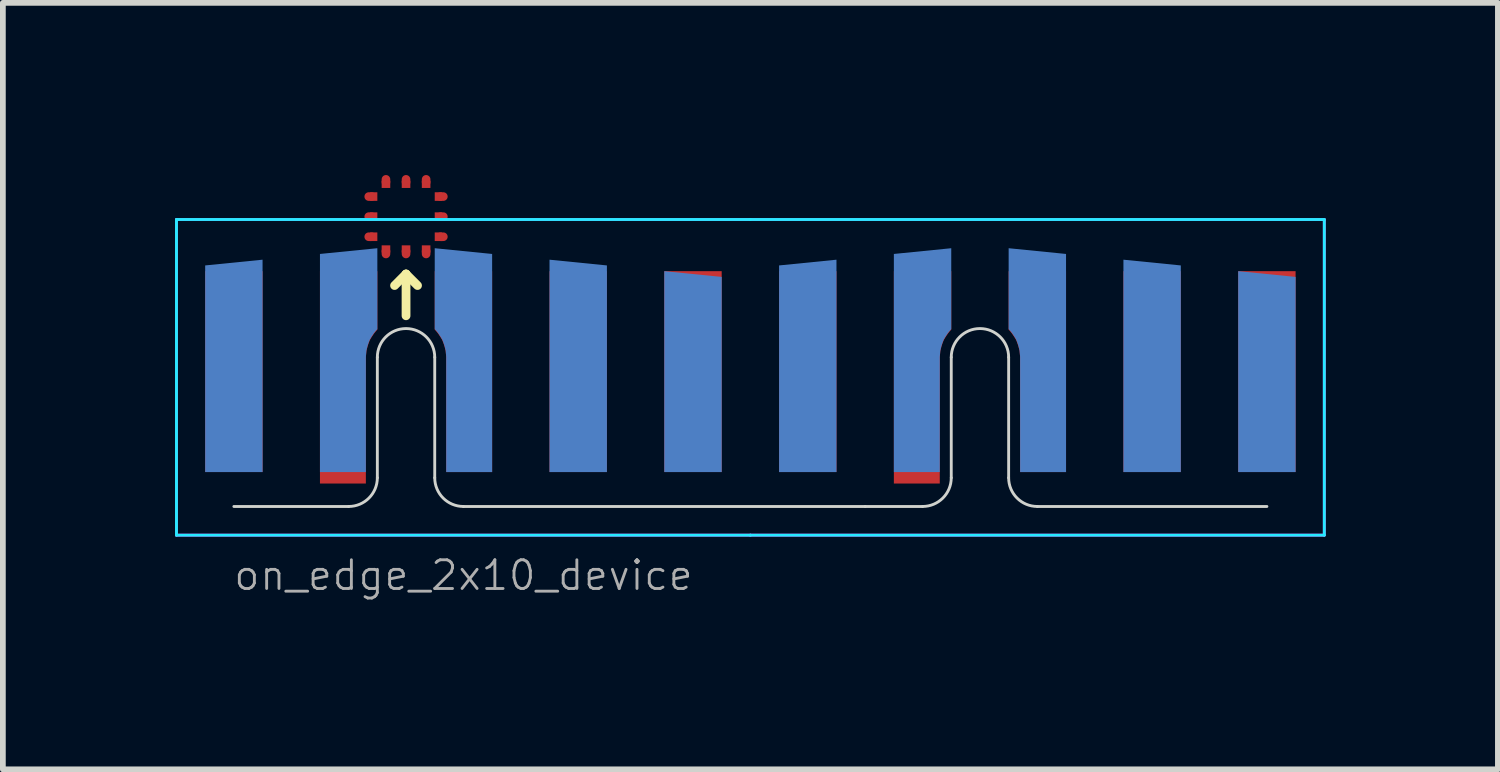
<source format=kicad_pcb>
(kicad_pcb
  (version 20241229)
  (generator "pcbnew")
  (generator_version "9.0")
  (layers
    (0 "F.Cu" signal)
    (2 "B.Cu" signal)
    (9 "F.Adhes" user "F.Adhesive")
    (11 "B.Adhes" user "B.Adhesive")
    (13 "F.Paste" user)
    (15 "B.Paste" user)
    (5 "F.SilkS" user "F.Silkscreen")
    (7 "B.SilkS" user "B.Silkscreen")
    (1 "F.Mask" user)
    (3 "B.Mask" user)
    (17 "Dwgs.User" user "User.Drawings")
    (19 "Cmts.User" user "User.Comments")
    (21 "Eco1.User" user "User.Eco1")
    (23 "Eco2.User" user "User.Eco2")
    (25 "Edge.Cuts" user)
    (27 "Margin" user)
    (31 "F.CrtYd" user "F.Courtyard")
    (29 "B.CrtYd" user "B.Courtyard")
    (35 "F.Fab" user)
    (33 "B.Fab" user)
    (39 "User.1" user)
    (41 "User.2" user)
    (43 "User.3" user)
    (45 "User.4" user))
  (footprint "on_edge_2x10_device"
    (layer "F.Cu")
    (at 5.025 5.775)
    (property "Reference" "on_edge_2x10_device" (at 0 1.2 0) (unlocked yes) (layer "F.Fab") (effects (font (size 0.5 0.5) (thickness 0.05))))
    (attr exclude_from_pos_files exclude_from_bom)
    (fp_line (start -1.6 -5.4) (end -1.65 -5.4) (stroke (width 0.15) (type solid)) (layer "F.Cu"))
    (fp_line (start -1.6 -5.05) (end -1.65 -5.05) (stroke (width 0.15) (type solid)) (layer "F.Cu"))
    (fp_line (start -1.6 -4.7) (end -1.65 -4.7) (stroke (width 0.15) (type solid)) (layer "F.Cu"))
    (fp_line (start -1.35 -5.65) (end -1.35 -5.7) (stroke (width 0.15) (type solid)) (layer "F.Cu"))
    (fp_line (start -1.35 -4.45) (end -1.35 -4.4) (stroke (width 0.15) (type solid)) (layer "F.Cu"))
    (fp_line (start -1 -5.65) (end -1 -5.7) (stroke (width 0.15) (type solid)) (layer "F.Cu"))
    (fp_line (start -1 -4.45) (end -1 -4.4) (stroke (width 0.15) (type solid)) (layer "F.Cu"))
    (fp_line (start -0.65 -5.65) (end -0.65 -5.7) (stroke (width 0.15) (type solid)) (layer "F.Cu"))
    (fp_line (start -0.65 -4.45) (end -0.65 -4.4) (stroke (width 0.15) (type solid)) (layer "F.Cu"))
    (fp_line (start -0.4 -5.4) (end -0.35 -5.4) (stroke (width 0.15) (type solid)) (layer "F.Cu"))
    (fp_line (start -0.4 -5.05) (end -0.35 -5.05) (stroke (width 0.15) (type solid)) (layer "F.Cu"))
    (fp_line (start -0.4 -4.7) (end -0.35 -4.7) (stroke (width 0.15) (type solid)) (layer "F.Cu"))
    (fp_poly (pts (xy -1.5 -5.475) (xy -1.5 -5.325) (xy -1.625 -5.325) (xy -1.625 -5.475)) (stroke (width 0) (type solid)) (fill yes) (layer "F.Cu"))
    (fp_poly (pts (xy -1.5 -5.125) (xy -1.5 -4.975) (xy -1.625 -4.975) (xy -1.625 -5.125)) (stroke (width 0) (type solid)) (fill yes) (layer "F.Cu"))
    (fp_poly (pts (xy -1.5 -4.775) (xy -1.5 -4.625) (xy -1.625 -4.625) (xy -1.625 -4.775)) (stroke (width 0) (type solid)) (fill yes) (layer "F.Cu"))
    (fp_poly (pts (xy -1.425 -4.55) (xy -1.275 -4.55) (xy -1.275 -4.425) (xy -1.425 -4.425)) (stroke (width 0) (type solid)) (fill yes) (layer "F.Cu"))
    (fp_poly (pts (xy -1.275 -5.55) (xy -1.425 -5.55) (xy -1.425 -5.675) (xy -1.275 -5.675)) (stroke (width 0) (type solid)) (fill yes) (layer "F.Cu"))
    (fp_poly (pts (xy -1.075 -4.55) (xy -0.925 -4.55) (xy -0.925 -4.425) (xy -1.075 -4.425)) (stroke (width 0) (type solid)) (fill yes) (layer "F.Cu"))
    (fp_poly (pts (xy -0.925 -5.55) (xy -1.075 -5.55) (xy -1.075 -5.675) (xy -0.925 -5.675)) (stroke (width 0) (type solid)) (fill yes) (layer "F.Cu"))
    (fp_poly (pts (xy -0.725 -4.55) (xy -0.575 -4.55) (xy -0.575 -4.425) (xy -0.725 -4.425)) (stroke (width 0) (type solid)) (fill yes) (layer "F.Cu"))
    (fp_poly (pts (xy -0.575 -5.55) (xy -0.725 -5.55) (xy -0.725 -5.675) (xy -0.575 -5.675)) (stroke (width 0) (type solid)) (fill yes) (layer "F.Cu"))
    (fp_poly (pts (xy -0.5 -5.325) (xy -0.5 -5.475) (xy -0.375 -5.475) (xy -0.375 -5.325)) (stroke (width 0) (type solid)) (fill yes) (layer "F.Cu"))
    (fp_poly (pts (xy -0.5 -4.975) (xy -0.5 -5.125) (xy -0.375 -5.125) (xy -0.375 -4.975)) (stroke (width 0) (type solid)) (fill yes) (layer "F.Cu"))
    (fp_poly (pts (xy -0.5 -4.625) (xy -0.5 -4.775) (xy -0.375 -4.775) (xy -0.375 -4.625)) (stroke (width 0) (type solid)) (fill yes) (layer "F.Cu"))
    (fp_line (start -1.5 -5.4) (end -1.65 -5.4) (stroke (width 0.15) (type solid)) (layer "F.Mask"))
    (fp_line (start -1.5 -5.05) (end -1.65 -5.05) (stroke (width 0.15) (type solid)) (layer "F.Mask"))
    (fp_line (start -1.5 -4.7) (end -1.65 -4.7) (stroke (width 0.15) (type solid)) (layer "F.Mask"))
    (fp_line (start -1.35 -5.55) (end -1.35 -5.7) (stroke (width 0.15) (type solid)) (layer "F.Mask"))
    (fp_line (start -1.35 -4.55) (end -1.35 -4.4) (stroke (width 0.15) (type solid)) (layer "F.Mask"))
    (fp_line (start -1 -5.55) (end -1 -5.7) (stroke (width 0.15) (type solid)) (layer "F.Mask"))
    (fp_line (start -1 -4.55) (end -1 -4.4) (stroke (width 0.15) (type solid)) (layer "F.Mask"))
    (fp_line (start -0.65 -5.55) (end -0.65 -5.7) (stroke (width 0.15) (type solid)) (layer "F.Mask"))
    (fp_line (start -0.65 -4.55) (end -0.65 -4.4) (stroke (width 0.15) (type solid)) (layer "F.Mask"))
    (fp_line (start -0.5 -5.4) (end -0.35 -5.4) (stroke (width 0.15) (type solid)) (layer "F.Mask"))
    (fp_line (start -0.5 -5.05) (end -0.35 -5.05) (stroke (width 0.15) (type solid)) (layer "F.Mask"))
    (fp_line (start -0.5 -4.7) (end -0.35 -4.7) (stroke (width 0.15) (type solid)) (layer "F.Mask"))
    (fp_poly (pts (xy -0.55 -4.6) (xy -1.45 -4.6) (xy -1.45 -5.5) (xy -0.55 -5.5)) (stroke (width 0.1) (type solid)) (fill yes) (layer "F.Mask"))
    (fp_line (start -1.2 -3.85) (end -1 -4.05) (stroke (width 0.153) (type solid)) (layer "F.SilkS"))
    (fp_line (start -1 -4.05) (end -1 -3.323) (stroke (width 0.153) (type solid)) (layer "F.SilkS"))
    (fp_line (start -1 -4.05) (end -0.8 -3.85) (stroke (width 0.153) (type solid)) (layer "F.SilkS"))
    (fp_line (start -4 0) (end -2 0) (stroke (width 0.05) (type solid)) (layer "Edge.Cuts"))
    (fp_line (start -1.5 -2.6) (end -1.5 -0.5) (stroke (width 0.05) (type solid)) (layer "Edge.Cuts"))
    (fp_line (start -0.5 -0.5) (end -0.5 -2.6) (stroke (width 0.05) (type solid)) (layer "Edge.Cuts"))
    (fp_line (start 0 0) (end 7 0) (stroke (width 0.05) (type solid)) (layer "Edge.Cuts"))
    (fp_line (start 7 0) (end 8 0) (stroke (width 0.05) (type solid)) (layer "Edge.Cuts"))
    (fp_line (start 8.5 -2.6) (end 8.5 -0.5) (stroke (width 0.05) (type solid)) (layer "Edge.Cuts"))
    (fp_line (start 9.5 -0.5) (end 9.5 -2.6) (stroke (width 0.05) (type solid)) (layer "Edge.Cuts"))
    (fp_line (start 10 0) (end 14 0) (stroke (width 0.05) (type solid)) (layer "Edge.Cuts"))
    (fp_arc (start -1.5 -2.6) (mid -1 -3.1) (end -0.5 -2.6) (stroke (width 0.05) (type solid)) (layer "Edge.Cuts"))
    (fp_arc (start -1.5 -0.5) (mid -1.646447 -0.146447) (end -2 0) (stroke (width 0.05) (type solid)) (layer "Edge.Cuts"))
    (fp_arc (start 0 0) (mid -0.353553 -0.146447) (end -0.5 -0.5) (stroke (width 0.05) (type solid)) (layer "Edge.Cuts"))
    (fp_arc (start 8.5 -2.6) (mid 9 -3.1) (end 9.5 -2.6) (stroke (width 0.05) (type solid)) (layer "Edge.Cuts"))
    (fp_arc (start 8.5 -0.5) (mid 8.353553 -0.146447) (end 8 0) (stroke (width 0.05) (type solid)) (layer "Edge.Cuts"))
    (fp_arc (start 10 0) (mid 9.646447 -0.146447) (end 9.5 -0.5) (stroke (width 0.05) (type solid)) (layer "Edge.Cuts"))
    (fp_line (start -5 -5) (end -5 0.5) (stroke (width 0.05) (type solid)) (layer "B.CrtYd"))
    (fp_line (start -5 0.5) (end 5 0.5) (stroke (width 0.05) (type solid)) (layer "B.CrtYd"))
    (fp_line (start 5 -5) (end -5 -5) (stroke (width 0.05) (type solid)) (layer "B.CrtYd"))
    (fp_line (start 5 0.5) (end 15 0.5) (stroke (width 0.05) (type solid)) (layer "B.CrtYd"))
    (fp_line (start 15 -5) (end 5 -5) (stroke (width 0.05) (type solid)) (layer "B.CrtYd"))
    (fp_line (start 15 0.5) (end 15 -5) (stroke (width 0.05) (type solid)) (layer "B.CrtYd"))
    (fp_line (start -5 -5) (end 5 -5) (stroke (width 0.05) (type solid)) (layer "F.CrtYd"))
    (fp_line (start -5 0.5) (end -5 -5) (stroke (width 0.05) (type solid)) (layer "F.CrtYd"))
    (fp_line (start 5 -5) (end 15 -5) (stroke (width 0.05) (type solid)) (layer "F.CrtYd"))
    (fp_line (start 5 0.5) (end -5 0.5) (stroke (width 0.05) (type solid)) (layer "F.CrtYd"))
    (fp_line (start 15 -5) (end 15 0.5) (stroke (width 0.05) (type solid)) (layer "F.CrtYd"))
    (fp_line (start 15 0.5) (end 5 0.5) (stroke (width 0.05) (type solid)) (layer "F.CrtYd"))
    (pad "1" smd custom (at -2 -3.6) (size 1 1) (layers "F.Cu" "F.Mask") (options (anchor rect)) (primitives (gr_poly (pts (xy 0.3 1) (xy 0.31 0.89) (xy 0.33 0.81) (xy 0.35 0.75) (xy 0.37 0.7) (xy 0.4 0.65) (xy 0.44 0.59) (xy 0.48 0.54) (xy 0.5 0.52) (xy 0.5 -0.5) (xy -0.5 -0.5) (xy -0.5 3.2) (xy 0.3 3.2)) (width 0) (fill yes))))
    (pad "2" smd custom (at 0 -3.6) (size 1 1) (layers "F.Cu" "F.Mask") (options (anchor rect)) (primitives (gr_poly (pts (xy -0.3 1) (xy -0.31 0.89) (xy -0.33 0.81) (xy -0.35 0.75) (xy -0.37 0.7) (xy -0.4 0.65) (xy -0.44 0.59) (xy -0.48 0.54) (xy -0.5 0.52) (xy -0.5 -0.5) (xy 0.5 -0.5) (xy 0.5 3) (xy -0.3 3)) (width 0) (fill yes))))
    (pad "3" smd custom (at -2 -2.1) (size 0.4 0.4) (layers "B.Cu" "B.Mask") (options (anchor rect)) (primitives (gr_poly (pts (xy 0.3 -0.51) (xy 0.31 -0.62) (xy 0.33 -0.7) (xy 0.35 -0.76) (xy 0.37 -0.81) (xy 0.4 -0.86) (xy 0.44 -0.92) (xy 0.48 -0.97) (xy 0.5 -0.99) (xy 0.5 -2.4) (xy -0.5 -2.3) (xy -0.5 1.5) (xy 0.3 1.5)) (width 0) (fill yes))))
    (pad "4" smd custom (at 0 -2.1) (size 0.4 0.4) (layers "B.Cu" "B.Mask") (options (anchor rect)) (primitives (gr_poly (pts (xy -0.3 -0.51) (xy -0.31 -0.62) (xy -0.33 -0.7) (xy -0.35 -0.76) (xy -0.37 -0.81) (xy -0.4 -0.86) (xy -0.44 -0.92) (xy -0.48 -0.97) (xy -0.5 -0.99) (xy -0.5 -2.4) (xy 0.5 -2.3) (xy 0.5 1.5) (xy -0.3 1.5)) (width 0) (fill yes))))
    (pad "5" smd rect (at 2 -2.35 180) (size 1 3.5) (layers "F.Cu" "F.Mask"))
    (pad "6" smd custom (at 2 -2.4) (size 1 3.6) (layers "B.Cu" "B.Mask") (options (anchor rect)) (primitives (gr_poly (pts (xy -0.5 -1.8) (xy -0.5 -1.9) (xy 0.5 -1.8)) (width 0) (fill yes))))
    (pad "7" smd rect (at -4 -2.35 180) (size 1 3.5) (layers "F.Cu" "F.Mask"))
    (pad "8" smd custom (at -4 -2.4) (size 1 3.6) (layers "B.Cu" "B.Mask") (options (anchor rect)) (primitives (gr_poly (pts (xy 0.5 -1.8) (xy 0.5 -1.9) (xy -0.5 -1.8)) (width 0) (fill yes))))
    (pad "9" smd rect (at 4 -2.35 180) (size 1 3.5) (layers "F.Cu" "F.Mask"))
    (pad "10" smd custom (at 4 -2.3) (size 1 3.4) (layers "B.Cu" "B.Mask") (options (anchor rect)) (primitives (gr_poly (pts (xy -0.5 -1.7) (xy -0.5 -1.8) (xy 0.5 -1.7)) (width 0) (fill yes))))
    (pad "11" smd custom (at 8 -3.6) (size 1 1) (layers "F.Cu" "F.Mask") (options (anchor rect)) (primitives (gr_poly (pts (xy 0.3 1) (xy 0.31 0.89) (xy 0.33 0.81) (xy 0.35 0.75) (xy 0.37 0.7) (xy 0.4 0.65) (xy 0.44 0.59) (xy 0.48 0.54) (xy 0.5 0.52) (xy 0.5 -0.5) (xy -0.5 -0.5) (xy -0.5 3.2) (xy 0.3 3.2)) (width 0) (fill yes))))
    (pad "12" smd custom (at 10 -3.6) (size 1 1) (layers "F.Cu" "F.Mask") (options (anchor rect)) (primitives (gr_poly (pts (xy -0.3 1) (xy -0.31 0.89) (xy -0.33 0.81) (xy -0.35 0.75) (xy -0.37 0.7) (xy -0.4 0.65) (xy -0.44 0.59) (xy -0.48 0.54) (xy -0.5 0.52) (xy -0.5 -0.5) (xy 0.5 -0.5) (xy 0.5 3) (xy -0.3 3)) (width 0) (fill yes))))
    (pad "13" smd custom (at 8 -2.1) (size 0.4 0.4) (layers "B.Cu" "B.Mask") (options (anchor rect)) (primitives (gr_poly (pts (xy 0.3 -0.51) (xy 0.31 -0.62) (xy 0.33 -0.7) (xy 0.35 -0.76) (xy 0.37 -0.81) (xy 0.4 -0.86) (xy 0.44 -0.92) (xy 0.48 -0.97) (xy 0.5 -0.99) (xy 0.5 -2.4) (xy -0.5 -2.3) (xy -0.5 1.5) (xy 0.3 1.5)) (width 0) (fill yes))))
    (pad "14" smd custom (at 10 -2.1) (size 0.4 0.4) (layers "B.Cu" "B.Mask") (options (anchor rect)) (primitives (gr_poly (pts (xy -0.3 -0.51) (xy -0.31 -0.62) (xy -0.33 -0.7) (xy -0.35 -0.76) (xy -0.37 -0.81) (xy -0.4 -0.86) (xy -0.44 -0.92) (xy -0.48 -0.97) (xy -0.5 -0.99) (xy -0.5 -2.4) (xy 0.5 -2.3) (xy 0.5 1.5) (xy -0.3 1.5)) (width 0) (fill yes))))
    (pad "15" smd rect (at 12 -2.35 180) (size 1 3.5) (layers "F.Cu" "F.Mask"))
    (pad "16" smd custom (at 12 -2.4) (size 1 3.6) (layers "B.Cu" "B.Mask") (options (anchor rect)) (primitives (gr_poly (pts (xy -0.5 -1.8) (xy -0.5 -1.9) (xy 0.5 -1.8)) (width 0) (fill yes))))
    (pad "17" smd rect (at 6 -2.35 180) (size 1 3.5) (layers "F.Cu" "F.Mask"))
    (pad "18" smd custom (at 6 -2.4) (size 1 3.6) (layers "B.Cu" "B.Mask") (options (anchor rect)) (primitives (gr_poly (pts (xy 0.5 -1.8) (xy 0.5 -1.9) (xy -0.5 -1.8)) (width 0) (fill yes))))
    (pad "19" smd rect (at 14 -2.35 180) (size 1 3.5) (layers "F.Cu" "F.Mask"))
    (pad "20" smd custom (at 14 -2.3) (size 1 3.4) (layers "B.Cu" "B.Mask") (options (anchor rect)) (primitives (gr_poly (pts (xy -0.5 -1.7) (xy -0.5 -1.8) (xy 0.5 -1.7)) (width 0) (fill yes)))))
  (gr_rect
    (start -3 -3)
    (end 23.05 10.355)
    (stroke (width 0.1) (type default))
    (fill no)
    (layer "Edge.Cuts")))
</source>
